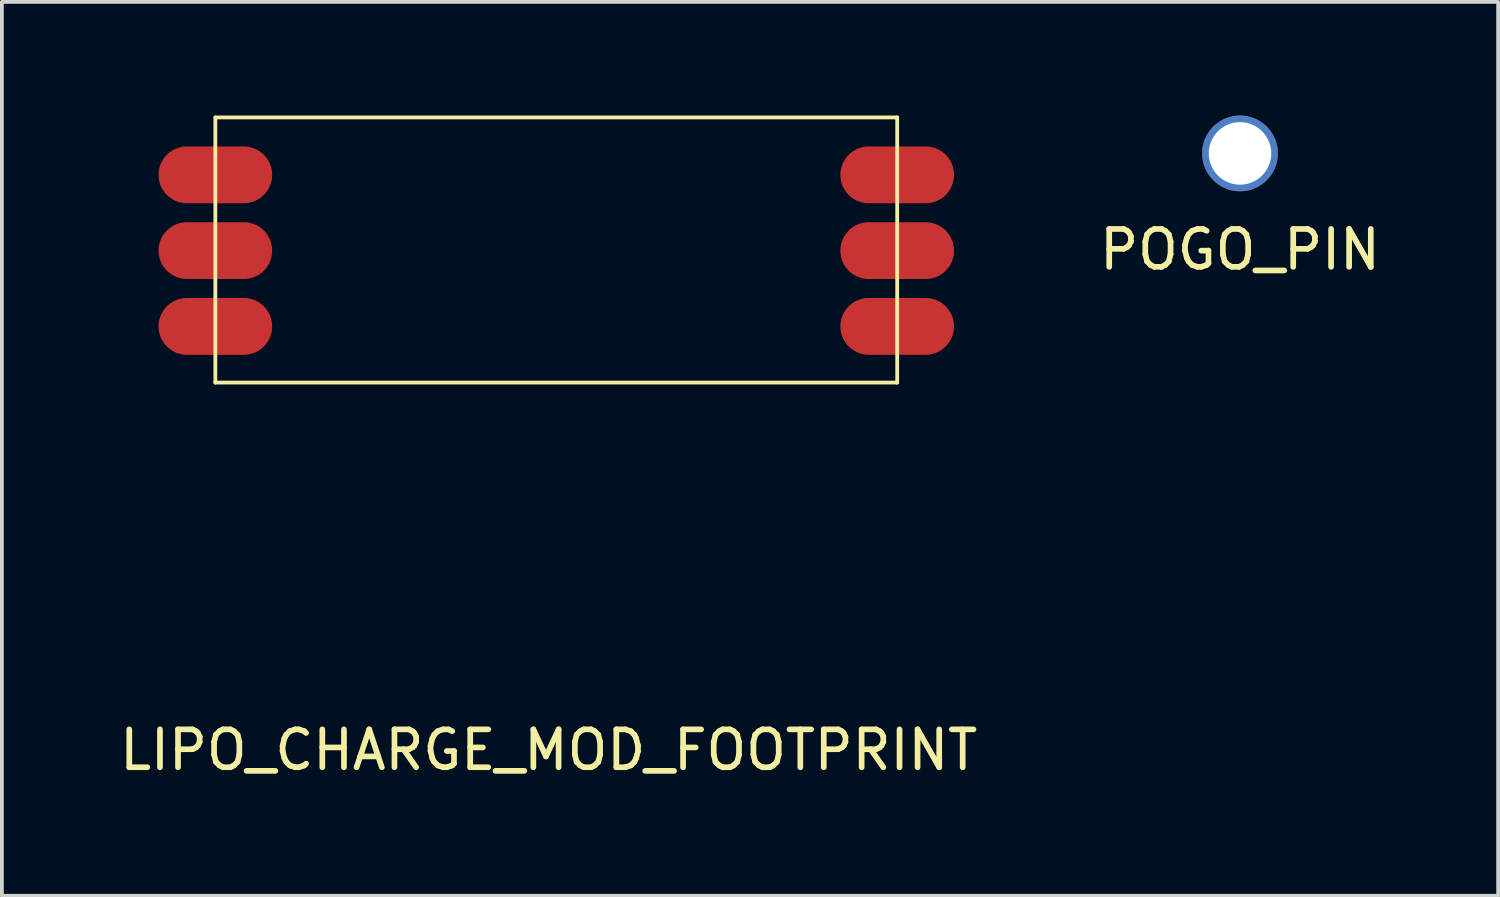
<source format=kicad_pcb>
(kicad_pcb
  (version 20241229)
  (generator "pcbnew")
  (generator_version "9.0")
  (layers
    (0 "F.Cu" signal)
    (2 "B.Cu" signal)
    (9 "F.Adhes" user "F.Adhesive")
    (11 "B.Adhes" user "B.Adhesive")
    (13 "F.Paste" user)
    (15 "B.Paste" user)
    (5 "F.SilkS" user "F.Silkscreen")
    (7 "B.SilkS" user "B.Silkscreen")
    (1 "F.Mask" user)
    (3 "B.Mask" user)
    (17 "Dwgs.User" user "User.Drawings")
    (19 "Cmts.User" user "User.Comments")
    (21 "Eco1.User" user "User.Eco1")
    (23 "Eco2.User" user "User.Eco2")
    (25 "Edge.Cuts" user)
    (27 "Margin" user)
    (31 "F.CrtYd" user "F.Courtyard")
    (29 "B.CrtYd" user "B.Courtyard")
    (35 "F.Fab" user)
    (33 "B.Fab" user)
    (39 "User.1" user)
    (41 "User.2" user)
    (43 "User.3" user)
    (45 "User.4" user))
  (footprint "LIPO_CHARGE_MOD_FOOTPRINT"
    (layer "F.Cu")
    (at 11.635 3.55)
    (property "Reference" "LIPO_CHARGE_MOD_FOOTPRINT" (at -0.2 13.2 0) (layer "F.SilkS") (effects (font (size 1 1) (thickness 0.15))))
    (attr through_hole)
    (fp_line (start -9 -3.5) (end 9 -3.5) (stroke (width 0.1) (type solid)) (layer "F.SilkS"))
    (fp_line (start -9 3.5) (end -9 -3.5) (stroke (width 0.1) (type solid)) (layer "F.SilkS"))
    (fp_line (start -9 3.5) (end 9 3.5) (stroke (width 0.1) (type solid)) (layer "F.SilkS"))
    (fp_line (start 9 -3.5) (end 9 3.5) (stroke (width 0.1) (type solid)) (layer "F.SilkS"))
    (pad "1" smd oval (at -9 -1.984) (size 3 1.5) (layers "F.Cu" "F.Mask" "F.Paste"))
    (pad "1" smd oval (at 9 -1.984) (size 3 1.5) (layers "F.Cu" "F.Mask" "F.Paste"))
    (pad "2" smd oval (at -9 0.016) (size 3 1.5) (layers "F.Cu" "F.Mask" "F.Paste"))
    (pad "2" smd oval (at 9 0.016) (size 3 1.5) (layers "F.Cu" "F.Mask" "F.Paste"))
    (pad "3" smd oval (at -9 2.016) (size 3 1.5) (layers "F.Cu" "F.Mask" "F.Paste"))
    (pad "3" smd oval (at 9 2.016) (size 3 1.5) (layers "F.Cu" "F.Mask" "F.Paste")))
  (footprint "POGO_PIN"
    (layer "F.Cu")
    (at 29.685 1)
    (property "Reference" "POGO_PIN" (at 0 2.54 0) (layer "F.SilkS") (effects (font (size 1 1) (thickness 0.15))))
    (attr through_hole)
    (pad "1" thru_hole circle (at 0 0) (size 2 2) (drill 1.65) (layers "*.Cu" "*.Mask")))
  (gr_rect
    (start -3 -3)
    (end 36.5 20.598)
    (stroke (width 0.1) (type default))
    (fill no)
    (layer "Edge.Cuts")))
</source>
